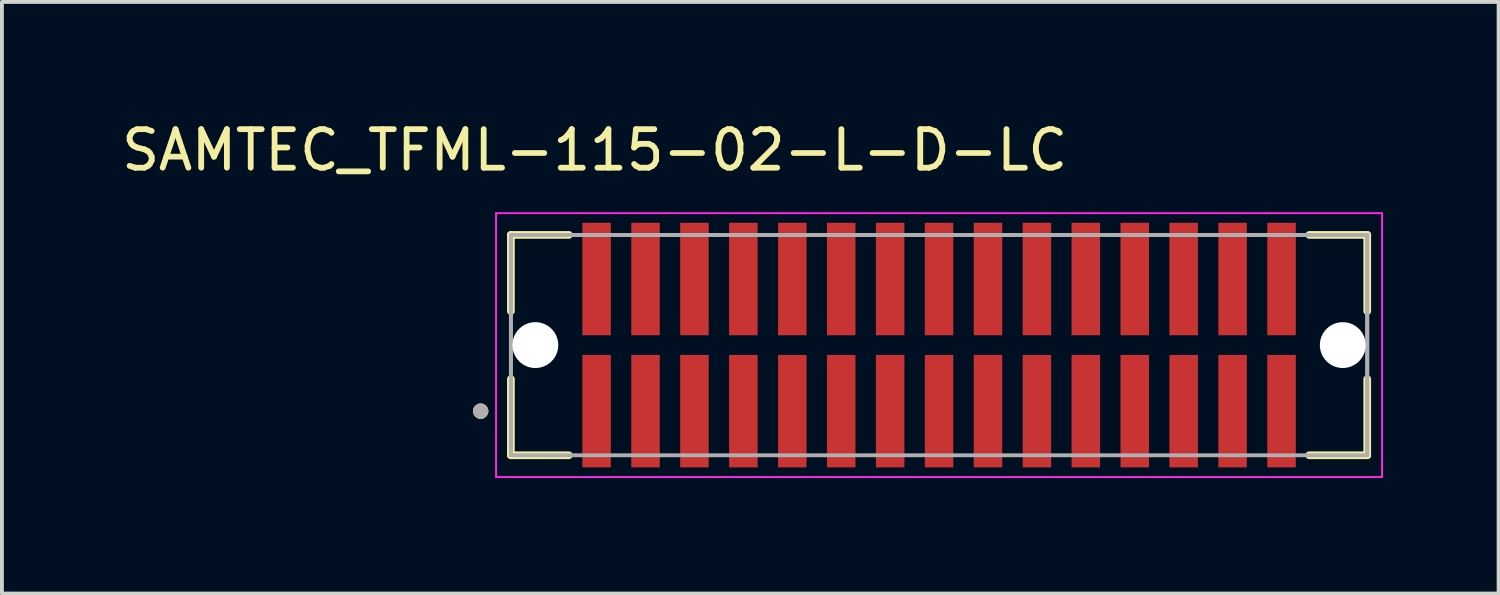
<source format=kicad_pcb>
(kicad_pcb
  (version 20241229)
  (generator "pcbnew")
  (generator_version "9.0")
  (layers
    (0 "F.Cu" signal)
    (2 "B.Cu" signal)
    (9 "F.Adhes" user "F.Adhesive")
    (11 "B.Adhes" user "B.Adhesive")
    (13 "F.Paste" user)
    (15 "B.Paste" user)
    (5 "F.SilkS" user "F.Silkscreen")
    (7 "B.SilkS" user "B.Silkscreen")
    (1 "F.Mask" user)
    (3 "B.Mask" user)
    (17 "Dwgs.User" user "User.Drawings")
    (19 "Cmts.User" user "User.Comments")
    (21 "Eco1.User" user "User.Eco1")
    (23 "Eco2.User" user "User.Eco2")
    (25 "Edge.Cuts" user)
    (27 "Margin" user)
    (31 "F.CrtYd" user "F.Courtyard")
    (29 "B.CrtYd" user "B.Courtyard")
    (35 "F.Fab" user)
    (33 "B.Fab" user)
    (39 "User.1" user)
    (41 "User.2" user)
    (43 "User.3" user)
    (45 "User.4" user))
  (footprint "SAMTEC_TFML-115-02-L-D-LC"
    (layer "F.Cu")
    (at 21.327 5.908)
    (property "Reference" "SAMTEC_TFML-115-02-L-D-LC" (at -8.94 -5.06 0) (layer "F.SilkS") (effects (font (size 1 1) (thickness 0.15))))
    (attr smd)
    (fp_line (start -11.115 -2.86) (end -11.115 -0.881) (stroke (width 0.2) (type solid)) (layer "F.SilkS"))
    (fp_line (start -11.115 -2.86) (end -9.61 -2.86) (stroke (width 0.2) (type solid)) (layer "F.SilkS"))
    (fp_line (start -11.115 0.881) (end -11.115 2.86) (stroke (width 0.2) (type solid)) (layer "F.SilkS"))
    (fp_line (start -9.61 2.86) (end -11.115 2.86) (stroke (width 0.2) (type solid)) (layer "F.SilkS"))
    (fp_line (start 9.61 -2.86) (end 11.115 -2.86) (stroke (width 0.2) (type solid)) (layer "F.SilkS"))
    (fp_line (start 9.61 2.86) (end 11.115 2.86) (stroke (width 0.2) (type solid)) (layer "F.SilkS"))
    (fp_line (start 11.115 -0.881) (end 11.115 -2.86) (stroke (width 0.2) (type solid)) (layer "F.SilkS"))
    (fp_line (start 11.115 2.86) (end 11.115 0.881) (stroke (width 0.2) (type solid)) (layer "F.SilkS"))
    (fp_circle (center -11.9 1.715) (end -11.8 1.715) (stroke (width 0.2) (type solid)) (fill no) (layer "F.SilkS"))
    (fp_line (start -11.5 -3.425) (end 11.5 -3.425) (stroke (width 0.05) (type solid)) (layer "F.CrtYd"))
    (fp_line (start -11.5 3.425) (end -11.5 -3.425) (stroke (width 0.05) (type solid)) (layer "F.CrtYd"))
    (fp_line (start 11.5 -3.425) (end 11.5 3.425) (stroke (width 0.05) (type solid)) (layer "F.CrtYd"))
    (fp_line (start 11.5 3.425) (end -11.5 3.425) (stroke (width 0.05) (type solid)) (layer "F.CrtYd"))
    (fp_line (start -11.115 -2.86) (end 11.115 -2.86) (stroke (width 0.1) (type solid)) (layer "F.Fab"))
    (fp_line (start -11.115 -2.86) (end 11.115 -2.86) (stroke (width 0.1) (type solid)) (layer "F.Fab"))
    (fp_line (start -11.115 2.86) (end -11.115 -2.86) (stroke (width 0.1) (type solid)) (layer "F.Fab"))
    (fp_line (start -11.115 2.86) (end -11.115 -2.86) (stroke (width 0.1) (type solid)) (layer "F.Fab"))
    (fp_line (start 11.115 -2.86) (end 11.115 2.86) (stroke (width 0.1) (type solid)) (layer "F.Fab"))
    (fp_line (start 11.115 -2.86) (end 11.115 2.86) (stroke (width 0.1) (type solid)) (layer "F.Fab"))
    (fp_line (start 11.115 2.86) (end -11.115 2.86) (stroke (width 0.1) (type solid)) (layer "F.Fab"))
    (fp_circle (center -11.9 1.715) (end -11.8 1.715) (stroke (width 0.2) (type solid)) (fill no) (layer "F.Fab"))
    (pad "" np_thru_hole circle (at -10.48 0) (size 1.19 1.19) (drill 1.19) (layers "*.Cu" "*.Mask"))
    (pad "" np_thru_hole circle (at 10.48 0) (size 1.19 1.19) (drill 1.19) (layers "*.Cu" "*.Mask"))
    (pad "01" smd rect (at -8.89 1.715) (size 0.74 2.92) (layers "F.Cu" "F.Mask" "F.Paste"))
    (pad "02" smd rect (at -8.89 -1.715) (size 0.74 2.92) (layers "F.Cu" "F.Mask" "F.Paste"))
    (pad "03" smd rect (at -7.62 1.715) (size 0.74 2.92) (layers "F.Cu" "F.Mask" "F.Paste"))
    (pad "04" smd rect (at -7.62 -1.715) (size 0.74 2.92) (layers "F.Cu" "F.Mask" "F.Paste"))
    (pad "05" smd rect (at -6.35 1.715) (size 0.74 2.92) (layers "F.Cu" "F.Mask" "F.Paste"))
    (pad "06" smd rect (at -6.35 -1.715) (size 0.74 2.92) (layers "F.Cu" "F.Mask" "F.Paste"))
    (pad "07" smd rect (at -5.08 1.715) (size 0.74 2.92) (layers "F.Cu" "F.Mask" "F.Paste"))
    (pad "08" smd rect (at -5.08 -1.715) (size 0.74 2.92) (layers "F.Cu" "F.Mask" "F.Paste"))
    (pad "09" smd rect (at -3.81 1.715) (size 0.74 2.92) (layers "F.Cu" "F.Mask" "F.Paste"))
    (pad "10" smd rect (at -3.81 -1.715) (size 0.74 2.92) (layers "F.Cu" "F.Mask" "F.Paste"))
    (pad "11" smd rect (at -2.54 1.715) (size 0.74 2.92) (layers "F.Cu" "F.Mask" "F.Paste"))
    (pad "12" smd rect (at -2.54 -1.715) (size 0.74 2.92) (layers "F.Cu" "F.Mask" "F.Paste"))
    (pad "13" smd rect (at -1.27 1.715) (size 0.74 2.92) (layers "F.Cu" "F.Mask" "F.Paste"))
    (pad "14" smd rect (at -1.27 -1.715) (size 0.74 2.92) (layers "F.Cu" "F.Mask" "F.Paste"))
    (pad "15" smd rect (at 0 1.715) (size 0.74 2.92) (layers "F.Cu" "F.Mask" "F.Paste"))
    (pad "16" smd rect (at 0 -1.715) (size 0.74 2.92) (layers "F.Cu" "F.Mask" "F.Paste"))
    (pad "17" smd rect (at 1.27 1.715) (size 0.74 2.92) (layers "F.Cu" "F.Mask" "F.Paste"))
    (pad "18" smd rect (at 1.27 -1.715) (size 0.74 2.92) (layers "F.Cu" "F.Mask" "F.Paste"))
    (pad "19" smd rect (at 2.54 1.715) (size 0.74 2.92) (layers "F.Cu" "F.Mask" "F.Paste"))
    (pad "20" smd rect (at 2.54 -1.715) (size 0.74 2.92) (layers "F.Cu" "F.Mask" "F.Paste"))
    (pad "21" smd rect (at 3.81 1.715) (size 0.74 2.92) (layers "F.Cu" "F.Mask" "F.Paste"))
    (pad "22" smd rect (at 3.81 -1.715) (size 0.74 2.92) (layers "F.Cu" "F.Mask" "F.Paste"))
    (pad "23" smd rect (at 5.08 1.715) (size 0.74 2.92) (layers "F.Cu" "F.Mask" "F.Paste"))
    (pad "24" smd rect (at 5.08 -1.715) (size 0.74 2.92) (layers "F.Cu" "F.Mask" "F.Paste"))
    (pad "25" smd rect (at 6.35 1.715) (size 0.74 2.92) (layers "F.Cu" "F.Mask" "F.Paste"))
    (pad "26" smd rect (at 6.35 -1.715) (size 0.74 2.92) (layers "F.Cu" "F.Mask" "F.Paste"))
    (pad "27" smd rect (at 7.62 1.715) (size 0.74 2.92) (layers "F.Cu" "F.Mask" "F.Paste"))
    (pad "28" smd rect (at 7.62 -1.715) (size 0.74 2.92) (layers "F.Cu" "F.Mask" "F.Paste"))
    (pad "29" smd rect (at 8.89 1.715) (size 0.74 2.92) (layers "F.Cu" "F.Mask" "F.Paste"))
    (pad "30" smd rect (at 8.89 -1.715) (size 0.74 2.92) (layers "F.Cu" "F.Mask" "F.Paste")))
  (gr_rect
    (start -3 -3)
    (end 35.852 12.358)
    (stroke (width 0.1) (type default))
    (fill no)
    (layer "Edge.Cuts")))
</source>
